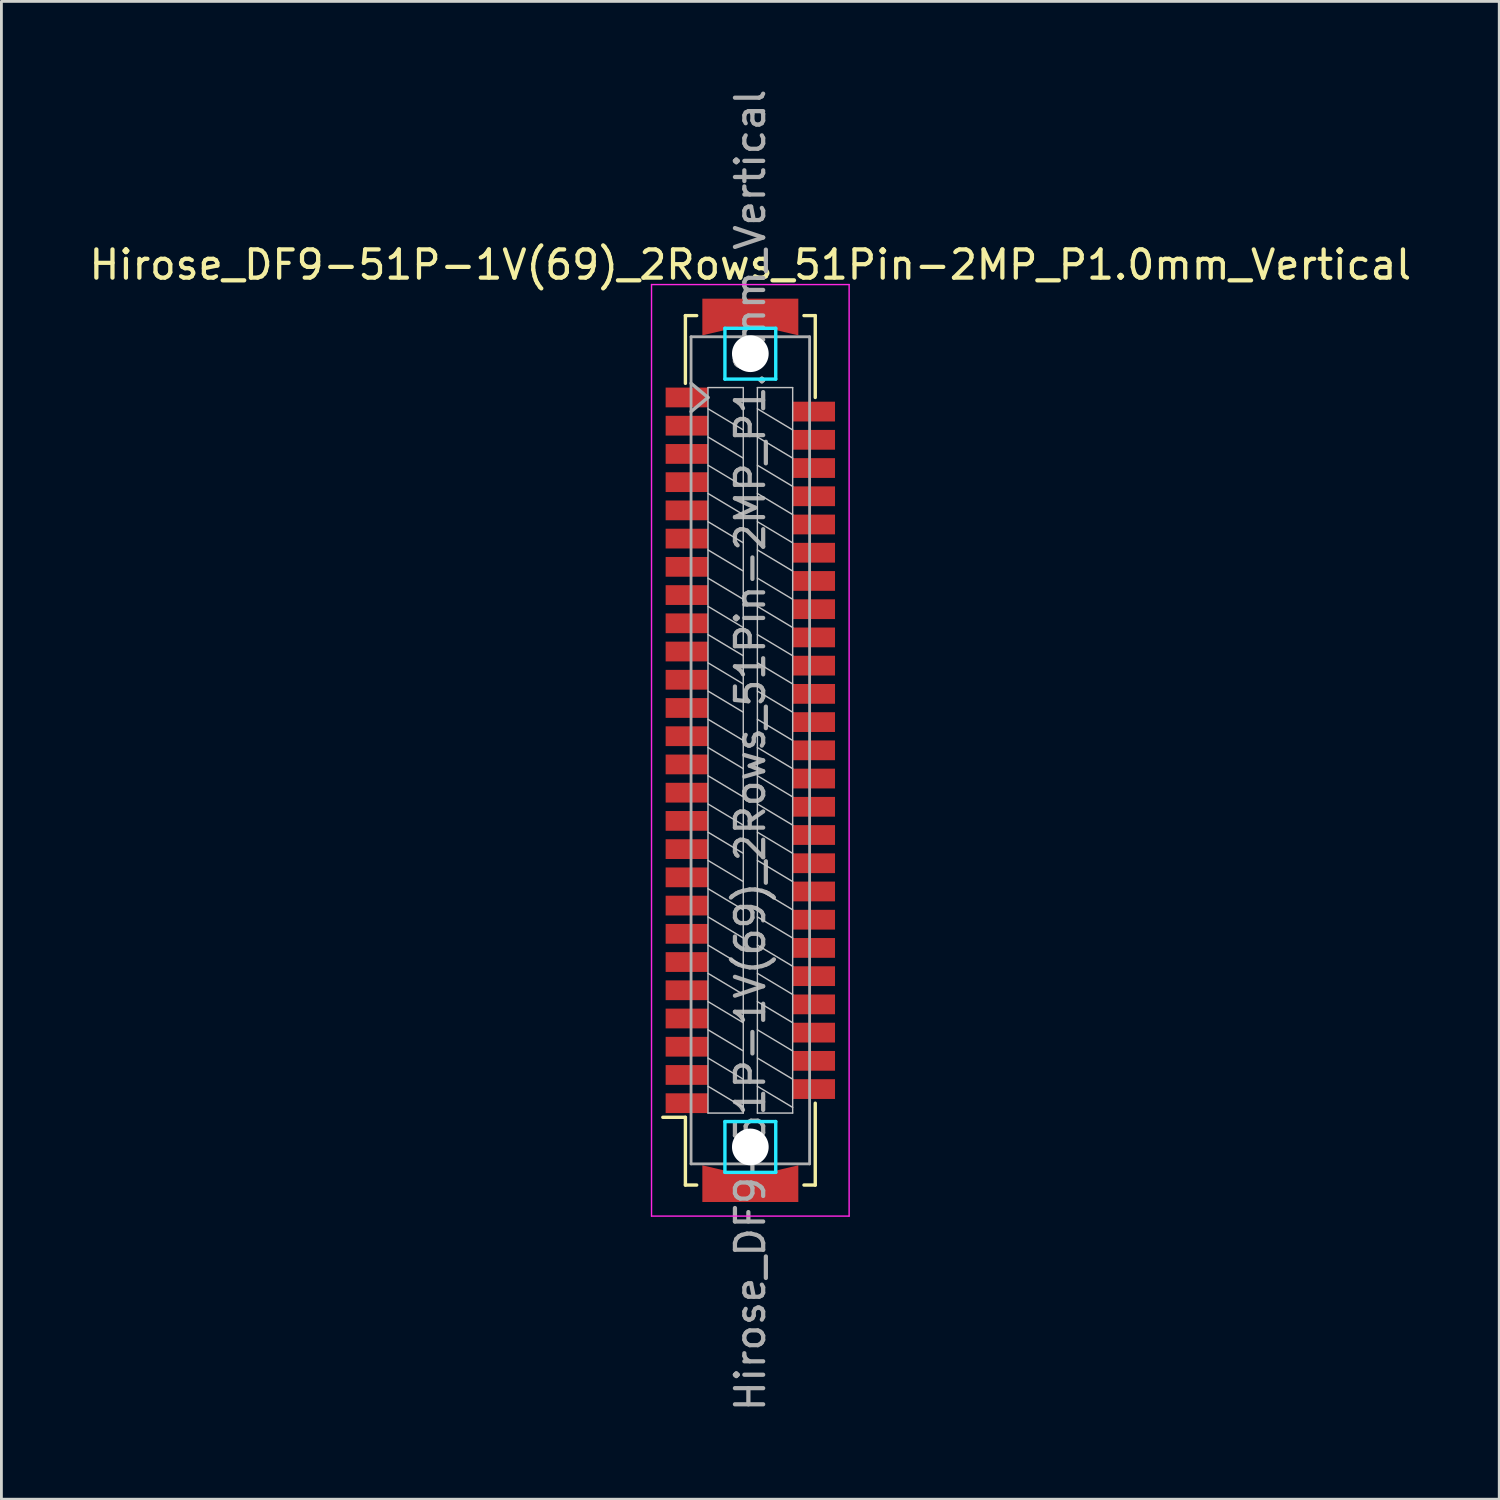
<source format=kicad_pcb>
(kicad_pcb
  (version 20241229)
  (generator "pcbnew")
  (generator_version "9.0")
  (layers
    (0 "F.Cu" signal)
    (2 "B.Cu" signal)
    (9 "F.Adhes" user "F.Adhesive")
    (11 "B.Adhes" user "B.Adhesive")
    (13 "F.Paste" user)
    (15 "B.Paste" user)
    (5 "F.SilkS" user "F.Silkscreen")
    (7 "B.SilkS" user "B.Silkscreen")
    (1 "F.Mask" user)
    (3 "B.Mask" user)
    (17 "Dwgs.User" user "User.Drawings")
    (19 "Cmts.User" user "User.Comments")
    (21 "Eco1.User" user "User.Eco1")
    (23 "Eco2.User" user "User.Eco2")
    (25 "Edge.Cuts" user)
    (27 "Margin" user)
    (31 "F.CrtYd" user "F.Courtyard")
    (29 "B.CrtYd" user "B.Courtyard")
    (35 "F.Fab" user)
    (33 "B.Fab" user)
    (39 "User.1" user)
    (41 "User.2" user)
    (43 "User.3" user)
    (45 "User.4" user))
  (footprint "Hirose_DF9-51P-1V(69)_2Rows_51Pin-2MP_P1.0mm_Vertical"
    (layer "F.Cu")
    (at 23.53 23.53)
    (property "Reference" "Hirose_DF9-51P-1V(69)_2Rows_51Pin-2MP_P1.0mm_Vertical" (at 0 -17.2 0) (layer "F.SilkS") (effects (font (size 1 1) (thickness 0.15))))
    (attr smd)
    (fp_line (start -3.1 13) (end -2.3 13) (stroke (width 0.12) (type solid)) (layer "F.SilkS"))
    (fp_line (start -2.3 -15.4) (end -1.9 -15.4) (stroke (width 0.12) (type solid)) (layer "F.SilkS"))
    (fp_line (start -2.3 -13) (end -2.3 -15.4) (stroke (width 0.12) (type solid)) (layer "F.SilkS"))
    (fp_line (start -2.3 13) (end -2.3 15.4) (stroke (width 0.12) (type solid)) (layer "F.SilkS"))
    (fp_line (start -2.3 15.4) (end -1.9 15.4) (stroke (width 0.12) (type solid)) (layer "F.SilkS"))
    (fp_line (start 2.3 -15.4) (end 1.9 -15.4) (stroke (width 0.12) (type solid)) (layer "F.SilkS"))
    (fp_line (start 2.3 -12.5) (end 2.3 -15.4) (stroke (width 0.12) (type solid)) (layer "F.SilkS"))
    (fp_line (start 2.3 12.5) (end 2.3 15.4) (stroke (width 0.12) (type solid)) (layer "F.SilkS"))
    (fp_line (start 2.3 15.4) (end 1.9 15.4) (stroke (width 0.12) (type solid)) (layer "F.SilkS"))
    (fp_line (start -1.5 -12.85) (end -0.25 -12.85) (stroke (width 0.05) (type solid)) (layer "Dwgs.User"))
    (fp_line (start -1.5 12.85) (end -1.5 -12.85) (stroke (width 0.05) (type solid)) (layer "Dwgs.User"))
    (fp_line (start -0.25 -12.85) (end -0.25 12.85) (stroke (width 0.05) (type solid)) (layer "Dwgs.User"))
    (fp_line (start -0.25 -11.35) (end -1.5 -12.1) (stroke (width 0.05) (type solid)) (layer "Dwgs.User"))
    (fp_line (start -0.25 -10.35) (end -1.5 -11.1) (stroke (width 0.05) (type solid)) (layer "Dwgs.User"))
    (fp_line (start -0.25 -9.35) (end -1.5 -10.1) (stroke (width 0.05) (type solid)) (layer "Dwgs.User"))
    (fp_line (start -0.25 -8.35) (end -1.5 -9.1) (stroke (width 0.05) (type solid)) (layer "Dwgs.User"))
    (fp_line (start -0.25 -7.35) (end -1.5 -8.1) (stroke (width 0.05) (type solid)) (layer "Dwgs.User"))
    (fp_line (start -0.25 -6.35) (end -1.5 -7.1) (stroke (width 0.05) (type solid)) (layer "Dwgs.User"))
    (fp_line (start -0.25 -5.35) (end -1.5 -6.1) (stroke (width 0.05) (type solid)) (layer "Dwgs.User"))
    (fp_line (start -0.25 -4.35) (end -1.5 -5.1) (stroke (width 0.05) (type solid)) (layer "Dwgs.User"))
    (fp_line (start -0.25 -3.35) (end -1.5 -4.1) (stroke (width 0.05) (type solid)) (layer "Dwgs.User"))
    (fp_line (start -0.25 -2.35) (end -1.5 -3.1) (stroke (width 0.05) (type solid)) (layer "Dwgs.User"))
    (fp_line (start -0.25 -1.35) (end -1.5 -2.1) (stroke (width 0.05) (type solid)) (layer "Dwgs.User"))
    (fp_line (start -0.25 -0.35) (end -1.5 -1.1) (stroke (width 0.05) (type solid)) (layer "Dwgs.User"))
    (fp_line (start -0.25 0.65) (end -1.5 -0.1) (stroke (width 0.05) (type solid)) (layer "Dwgs.User"))
    (fp_line (start -0.25 1.65) (end -1.5 0.9) (stroke (width 0.05) (type solid)) (layer "Dwgs.User"))
    (fp_line (start -0.25 2.65) (end -1.5 1.9) (stroke (width 0.05) (type solid)) (layer "Dwgs.User"))
    (fp_line (start -0.25 3.65) (end -1.5 2.9) (stroke (width 0.05) (type solid)) (layer "Dwgs.User"))
    (fp_line (start -0.25 4.65) (end -1.5 3.9) (stroke (width 0.05) (type solid)) (layer "Dwgs.User"))
    (fp_line (start -0.25 5.65) (end -1.5 4.9) (stroke (width 0.05) (type solid)) (layer "Dwgs.User"))
    (fp_line (start -0.25 6.65) (end -1.5 5.9) (stroke (width 0.05) (type solid)) (layer "Dwgs.User"))
    (fp_line (start -0.25 7.65) (end -1.5 6.9) (stroke (width 0.05) (type solid)) (layer "Dwgs.User"))
    (fp_line (start -0.25 8.65) (end -1.5 7.9) (stroke (width 0.05) (type solid)) (layer "Dwgs.User"))
    (fp_line (start -0.25 9.65) (end -1.5 8.9) (stroke (width 0.05) (type solid)) (layer "Dwgs.User"))
    (fp_line (start -0.25 10.65) (end -1.5 9.9) (stroke (width 0.05) (type solid)) (layer "Dwgs.User"))
    (fp_line (start -0.25 11.65) (end -1.5 10.9) (stroke (width 0.05) (type solid)) (layer "Dwgs.User"))
    (fp_line (start -0.25 12.65) (end -1.5 11.9) (stroke (width 0.05) (type solid)) (layer "Dwgs.User"))
    (fp_line (start -0.25 12.85) (end -1.5 12.85) (stroke (width 0.05) (type solid)) (layer "Dwgs.User"))
    (fp_line (start 0.25 -12.85) (end 1.5 -12.85) (stroke (width 0.05) (type solid)) (layer "Dwgs.User"))
    (fp_line (start 0.25 12.85) (end 0.25 -12.85) (stroke (width 0.05) (type solid)) (layer "Dwgs.User"))
    (fp_line (start 1.5 -12.85) (end 1.5 12.85) (stroke (width 0.05) (type solid)) (layer "Dwgs.User"))
    (fp_line (start 1.5 -11.35) (end 0.25 -12.1) (stroke (width 0.05) (type solid)) (layer "Dwgs.User"))
    (fp_line (start 1.5 -10.35) (end 0.25 -11.1) (stroke (width 0.05) (type solid)) (layer "Dwgs.User"))
    (fp_line (start 1.5 -9.35) (end 0.25 -10.1) (stroke (width 0.05) (type solid)) (layer "Dwgs.User"))
    (fp_line (start 1.5 -8.35) (end 0.25 -9.1) (stroke (width 0.05) (type solid)) (layer "Dwgs.User"))
    (fp_line (start 1.5 -7.35) (end 0.25 -8.1) (stroke (width 0.05) (type solid)) (layer "Dwgs.User"))
    (fp_line (start 1.5 -6.35) (end 0.25 -7.1) (stroke (width 0.05) (type solid)) (layer "Dwgs.User"))
    (fp_line (start 1.5 -5.35) (end 0.25 -6.1) (stroke (width 0.05) (type solid)) (layer "Dwgs.User"))
    (fp_line (start 1.5 -4.35) (end 0.25 -5.1) (stroke (width 0.05) (type solid)) (layer "Dwgs.User"))
    (fp_line (start 1.5 -3.35) (end 0.25 -4.1) (stroke (width 0.05) (type solid)) (layer "Dwgs.User"))
    (fp_line (start 1.5 -2.35) (end 0.25 -3.1) (stroke (width 0.05) (type solid)) (layer "Dwgs.User"))
    (fp_line (start 1.5 -1.35) (end 0.25 -2.1) (stroke (width 0.05) (type solid)) (layer "Dwgs.User"))
    (fp_line (start 1.5 -0.35) (end 0.25 -1.1) (stroke (width 0.05) (type solid)) (layer "Dwgs.User"))
    (fp_line (start 1.5 0.65) (end 0.25 -0.1) (stroke (width 0.05) (type solid)) (layer "Dwgs.User"))
    (fp_line (start 1.5 1.65) (end 0.25 0.9) (stroke (width 0.05) (type solid)) (layer "Dwgs.User"))
    (fp_line (start 1.5 2.65) (end 0.25 1.9) (stroke (width 0.05) (type solid)) (layer "Dwgs.User"))
    (fp_line (start 1.5 3.65) (end 0.25 2.9) (stroke (width 0.05) (type solid)) (layer "Dwgs.User"))
    (fp_line (start 1.5 4.65) (end 0.25 3.9) (stroke (width 0.05) (type solid)) (layer "Dwgs.User"))
    (fp_line (start 1.5 5.65) (end 0.25 4.9) (stroke (width 0.05) (type solid)) (layer "Dwgs.User"))
    (fp_line (start 1.5 6.65) (end 0.25 5.9) (stroke (width 0.05) (type solid)) (layer "Dwgs.User"))
    (fp_line (start 1.5 7.65) (end 0.25 6.9) (stroke (width 0.05) (type solid)) (layer "Dwgs.User"))
    (fp_line (start 1.5 8.65) (end 0.25 7.9) (stroke (width 0.05) (type solid)) (layer "Dwgs.User"))
    (fp_line (start 1.5 9.65) (end 0.25 8.9) (stroke (width 0.05) (type solid)) (layer "Dwgs.User"))
    (fp_line (start 1.5 10.65) (end 0.25 9.9) (stroke (width 0.05) (type solid)) (layer "Dwgs.User"))
    (fp_line (start 1.5 11.65) (end 0.25 10.9) (stroke (width 0.05) (type solid)) (layer "Dwgs.User"))
    (fp_line (start 1.5 12.65) (end 0.25 11.9) (stroke (width 0.05) (type solid)) (layer "Dwgs.User"))
    (fp_line (start 1.5 12.85) (end 0.25 12.85) (stroke (width 0.05) (type solid)) (layer "Dwgs.User"))
    (fp_line (start -0.9 -14.95) (end 0.9 -14.95) (stroke (width 0.12) (type solid)) (layer "B.CrtYd"))
    (fp_line (start -0.9 -13.15) (end -0.9 -14.95) (stroke (width 0.12) (type solid)) (layer "B.CrtYd"))
    (fp_line (start -0.9 13.15) (end 0.9 13.15) (stroke (width 0.12) (type solid)) (layer "B.CrtYd"))
    (fp_line (start -0.9 14.95) (end -0.9 13.15) (stroke (width 0.12) (type solid)) (layer "B.CrtYd"))
    (fp_line (start 0.9 -14.95) (end 0.9 -13.15) (stroke (width 0.12) (type solid)) (layer "B.CrtYd"))
    (fp_line (start 0.9 -13.15) (end -0.9 -13.15) (stroke (width 0.12) (type solid)) (layer "B.CrtYd"))
    (fp_line (start 0.9 13.15) (end 0.9 14.95) (stroke (width 0.12) (type solid)) (layer "B.CrtYd"))
    (fp_line (start 0.9 14.95) (end -0.9 14.95) (stroke (width 0.12) (type solid)) (layer "B.CrtYd"))
    (fp_line (start -3.5 -16.5) (end 3.5 -16.5) (stroke (width 0.05) (type solid)) (layer "F.CrtYd"))
    (fp_line (start -3.5 16.5) (end -3.5 -16.5) (stroke (width 0.05) (type solid)) (layer "F.CrtYd"))
    (fp_line (start 3.5 -16.5) (end 3.5 16.5) (stroke (width 0.05) (type solid)) (layer "F.CrtYd"))
    (fp_line (start 3.5 16.5) (end -3.5 16.5) (stroke (width 0.05) (type solid)) (layer "F.CrtYd"))
    (fp_line (start -2.1 -14.65) (end 2.1 -14.65) (stroke (width 0.1) (type solid)) (layer "F.Fab"))
    (fp_line (start -2.1 -13) (end -1.5 -12.5) (stroke (width 0.12) (type solid)) (layer "F.Fab"))
    (fp_line (start -2.1 14.65) (end -2.1 -14.65) (stroke (width 0.1) (type solid)) (layer "F.Fab"))
    (fp_line (start -1.5 -12.5) (end -2.1 -12) (stroke (width 0.12) (type solid)) (layer "F.Fab"))
    (fp_line (start 2.1 -14.65) (end 2.1 14.65) (stroke (width 0.1) (type solid)) (layer "F.Fab"))
    (fp_line (start 2.1 14.65) (end -2.1 14.65) (stroke (width 0.1) (type solid)) (layer "F.Fab"))
    (fp_text user "${REFERENCE}" (at 0 0 270) (layer "F.Fab") (effects (font (size 1 1) (thickness 0.15))))
    (pad "" np_thru_hole circle (at 0 -14.05 270) (size 1.3 1.3) (drill 1.3) (layers "*.Cu" "*.Mask"))
    (pad "" np_thru_hole circle (at 0 14.05 270) (size 1.3 1.3) (drill 1.3) (layers "*.Cu" "*.Mask"))
    (pad "1" smd rect (at -2.25 12.5 270) (size 0.7 1.5) (layers "F.Cu" "F.Mask" "F.Paste"))
    (pad "2" smd rect (at 2.25 12 270) (size 0.7 1.5) (layers "F.Cu" "F.Mask" "F.Paste"))
    (pad "3" smd rect (at -2.25 11.5 270) (size 0.7 1.5) (layers "F.Cu" "F.Mask" "F.Paste"))
    (pad "4" smd rect (at 2.25 11 270) (size 0.7 1.5) (layers "F.Cu" "F.Mask" "F.Paste"))
    (pad "5" smd rect (at -2.25 10.5 270) (size 0.7 1.5) (layers "F.Cu" "F.Mask" "F.Paste"))
    (pad "6" smd rect (at 2.25 10 270) (size 0.7 1.5) (layers "F.Cu" "F.Mask" "F.Paste"))
    (pad "7" smd rect (at -2.25 9.5 270) (size 0.7 1.5) (layers "F.Cu" "F.Mask" "F.Paste"))
    (pad "8" smd rect (at 2.25 9 270) (size 0.7 1.5) (layers "F.Cu" "F.Mask" "F.Paste"))
    (pad "9" smd rect (at -2.25 8.5 270) (size 0.7 1.5) (layers "F.Cu" "F.Mask" "F.Paste"))
    (pad "10" smd rect (at 2.25 8 270) (size 0.7 1.5) (layers "F.Cu" "F.Mask" "F.Paste"))
    (pad "11" smd rect (at -2.25 7.5 270) (size 0.7 1.5) (layers "F.Cu" "F.Mask" "F.Paste"))
    (pad "12" smd rect (at 2.25 7 270) (size 0.7 1.5) (layers "F.Cu" "F.Mask" "F.Paste"))
    (pad "13" smd rect (at -2.25 6.5 270) (size 0.7 1.5) (layers "F.Cu" "F.Mask" "F.Paste"))
    (pad "14" smd rect (at 2.25 6 270) (size 0.7 1.5) (layers "F.Cu" "F.Mask" "F.Paste"))
    (pad "15" smd rect (at -2.25 5.5 270) (size 0.7 1.5) (layers "F.Cu" "F.Mask" "F.Paste"))
    (pad "16" smd rect (at 2.25 5 270) (size 0.7 1.5) (layers "F.Cu" "F.Mask" "F.Paste"))
    (pad "17" smd rect (at -2.25 4.5 270) (size 0.7 1.5) (layers "F.Cu" "F.Mask" "F.Paste"))
    (pad "18" smd rect (at 2.25 4 270) (size 0.7 1.5) (layers "F.Cu" "F.Mask" "F.Paste"))
    (pad "19" smd rect (at -2.25 3.5 270) (size 0.7 1.5) (layers "F.Cu" "F.Mask" "F.Paste"))
    (pad "20" smd rect (at 2.25 3 270) (size 0.7 1.5) (layers "F.Cu" "F.Mask" "F.Paste"))
    (pad "21" smd rect (at -2.25 2.5 270) (size 0.7 1.5) (layers "F.Cu" "F.Mask" "F.Paste"))
    (pad "22" smd rect (at 2.25 2 270) (size 0.7 1.5) (layers "F.Cu" "F.Mask" "F.Paste"))
    (pad "23" smd rect (at -2.25 1.5 270) (size 0.7 1.5) (layers "F.Cu" "F.Mask" "F.Paste"))
    (pad "24" smd rect (at 2.25 1 270) (size 0.7 1.5) (layers "F.Cu" "F.Mask" "F.Paste"))
    (pad "25" smd rect (at -2.25 0.5 270) (size 0.7 1.5) (layers "F.Cu" "F.Mask" "F.Paste"))
    (pad "26" smd rect (at 2.25 0 270) (size 0.7 1.5) (layers "F.Cu" "F.Mask" "F.Paste"))
    (pad "27" smd rect (at -2.25 -0.5 270) (size 0.7 1.5) (layers "F.Cu" "F.Mask" "F.Paste"))
    (pad "28" smd rect (at 2.25 -1 270) (size 0.7 1.5) (layers "F.Cu" "F.Mask" "F.Paste"))
    (pad "29" smd rect (at -2.25 -1.5 270) (size 0.7 1.5) (layers "F.Cu" "F.Mask" "F.Paste"))
    (pad "30" smd rect (at 2.25 -2 270) (size 0.7 1.5) (layers "F.Cu" "F.Mask" "F.Paste"))
    (pad "31" smd rect (at -2.25 -2.5 270) (size 0.7 1.5) (layers "F.Cu" "F.Mask" "F.Paste"))
    (pad "32" smd rect (at 2.25 -3 270) (size 0.7 1.5) (layers "F.Cu" "F.Mask" "F.Paste"))
    (pad "33" smd rect (at -2.25 -3.5 270) (size 0.7 1.5) (layers "F.Cu" "F.Mask" "F.Paste"))
    (pad "34" smd rect (at 2.25 -4 270) (size 0.7 1.5) (layers "F.Cu" "F.Mask" "F.Paste"))
    (pad "35" smd rect (at -2.25 -4.5 270) (size 0.7 1.5) (layers "F.Cu" "F.Mask" "F.Paste"))
    (pad "36" smd rect (at 2.25 -5 270) (size 0.7 1.5) (layers "F.Cu" "F.Mask" "F.Paste"))
    (pad "37" smd rect (at -2.25 -5.5 270) (size 0.7 1.5) (layers "F.Cu" "F.Mask" "F.Paste"))
    (pad "38" smd rect (at 2.25 -6 270) (size 0.7 1.5) (layers "F.Cu" "F.Mask" "F.Paste"))
    (pad "39" smd rect (at -2.25 -6.5 270) (size 0.7 1.5) (layers "F.Cu" "F.Mask" "F.Paste"))
    (pad "40" smd rect (at 2.25 -7 270) (size 0.7 1.5) (layers "F.Cu" "F.Mask" "F.Paste"))
    (pad "41" smd rect (at -2.25 -7.5 270) (size 0.7 1.5) (layers "F.Cu" "F.Mask" "F.Paste"))
    (pad "42" smd rect (at 2.25 -8 270) (size 0.7 1.5) (layers "F.Cu" "F.Mask" "F.Paste"))
    (pad "43" smd rect (at -2.25 -8.5 270) (size 0.7 1.5) (layers "F.Cu" "F.Mask" "F.Paste"))
    (pad "44" smd rect (at 2.25 -9 270) (size 0.7 1.5) (layers "F.Cu" "F.Mask" "F.Paste"))
    (pad "45" smd rect (at -2.25 -9.5 270) (size 0.7 1.5) (layers "F.Cu" "F.Mask" "F.Paste"))
    (pad "46" smd rect (at 2.25 -10 270) (size 0.7 1.5) (layers "F.Cu" "F.Mask" "F.Paste"))
    (pad "47" smd rect (at -2.25 -10.5 270) (size 0.7 1.5) (layers "F.Cu" "F.Mask" "F.Paste"))
    (pad "48" smd rect (at 2.25 -11 270) (size 0.7 1.5) (layers "F.Cu" "F.Mask" "F.Paste"))
    (pad "49" smd rect (at -2.25 -11.5 270) (size 0.7 1.5) (layers "F.Cu" "F.Mask" "F.Paste"))
    (pad "50" smd rect (at 2.25 -12 270) (size 0.7 1.5) (layers "F.Cu" "F.Mask" "F.Paste"))
    (pad "51" smd rect (at -2.25 -12.5 270) (size 0.7 1.5) (layers "F.Cu" "F.Mask" "F.Paste"))
    (pad "MP" smd custom (at 0 -15.5) (size 1 1) (layers "F.Cu" "F.Mask" "F.Paste") (options (anchor rect)) (primitives (gr_poly (pts (xy 1.7 0.8) (xy 0 0.4) (xy -1.7 0.8) (xy -1.7 -0.5) (xy 1.7 -0.5)) (width 0) (fill yes))))
    (pad "MP" smd custom (at 0 15.5 180) (size 1 1) (layers "F.Cu" "F.Mask" "F.Paste") (options (anchor rect)) (primitives (gr_poly (pts (xy 1.7 0.8) (xy 0 0.4) (xy -1.7 0.8) (xy -1.7 -0.5) (xy 1.7 -0.5)) (width 0) (fill yes)))))
  (gr_rect
    (start -3 -3)
    (end 50.06 50.06)
    (stroke (width 0.1) (type default))
    (fill no)
    (layer "Edge.Cuts")))
</source>
